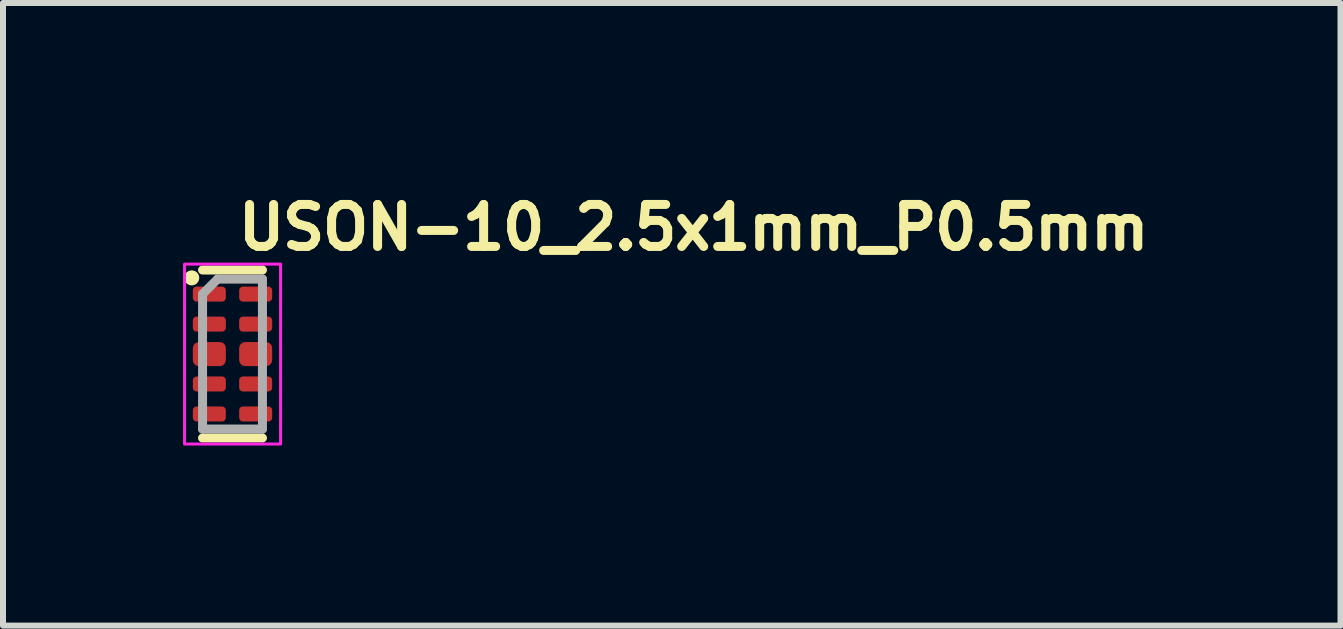
<source format=kicad_pcb>
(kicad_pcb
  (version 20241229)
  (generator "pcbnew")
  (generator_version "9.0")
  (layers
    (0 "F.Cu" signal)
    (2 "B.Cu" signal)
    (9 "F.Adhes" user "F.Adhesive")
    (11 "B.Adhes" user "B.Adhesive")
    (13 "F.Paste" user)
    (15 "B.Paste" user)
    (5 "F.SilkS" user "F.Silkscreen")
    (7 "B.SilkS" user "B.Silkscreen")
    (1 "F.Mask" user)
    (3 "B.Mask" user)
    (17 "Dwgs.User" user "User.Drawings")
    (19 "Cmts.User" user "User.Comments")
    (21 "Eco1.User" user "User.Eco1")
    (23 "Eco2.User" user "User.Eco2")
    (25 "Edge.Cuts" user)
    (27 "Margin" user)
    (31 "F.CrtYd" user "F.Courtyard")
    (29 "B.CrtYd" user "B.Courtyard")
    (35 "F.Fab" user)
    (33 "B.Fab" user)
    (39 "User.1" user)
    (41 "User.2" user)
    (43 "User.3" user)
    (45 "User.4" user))
  (footprint "USON-10_2.5x1mm_P0.5mm"
    (layer "F.Cu")
    (at 0.825 2.85)
    (property "Reference" "USON-10_2.5x1mm_P0.5mm" (at 0.018 -1.7 0) (layer "F.SilkS") (effects (font (size 0.7 0.7) (thickness 0.15)) (justify left bottom)))
    (attr smd)
    (fp_line (start 0.498 -1.401) (end -0.5 -1.401) (stroke (width 0.15) (type solid)) (layer "F.SilkS"))
    (fp_line (start 0.498 1.398) (end -0.5 1.398) (stroke (width 0.15) (type solid)) (layer "F.SilkS"))
    (fp_circle (center -0.68 -1.27) (end -0.63 -1.27) (stroke (width 0.15) (type solid)) (fill yes) (layer "F.SilkS"))
    (fp_rect (start -0.8 -1.5) (end 0.8 1.499) (stroke (width 0.05) (type solid)) (fill no) (layer "F.CrtYd"))
    (fp_line (start -0.5 -1) (end -0.5 1.249) (stroke (width 0.15) (type solid)) (layer "F.Fab"))
    (fp_line (start -0.5 1.249) (end 0.498 1.249) (stroke (width 0.15) (type solid)) (layer "F.Fab"))
    (fp_line (start -0.25 -1.25) (end -0.5 -1) (stroke (width 0.15) (type solid)) (layer "F.Fab"))
    (fp_line (start 0.498 -1.25) (end -0.25 -1.25) (stroke (width 0.15) (type solid)) (layer "F.Fab"))
    (fp_line (start 0.498 -1.25) (end 0.498 1.249) (stroke (width 0.15) (type solid)) (layer "F.Fab"))
    (fp_rect (start -0.5 -1.25) (end 0.498 1.249) (stroke (width 0.1) (type solid)) (fill no) (layer "User.5"))
    (fp_line (start -0.5 -1.25) (end -0.5 1.249) (stroke (width 0.02) (type solid)) (layer "User.9"))
    (fp_line (start -0.5 1.249) (end 0.498 1.249) (stroke (width 0.02) (type solid)) (layer "User.9"))
    (fp_line (start -0.422 -1.063) (end -0.421 -1.069) (stroke (width 0.02) (type solid)) (layer "User.9"))
    (fp_line (start -0.422 -1.063) (end -0.421 -1.069) (stroke (width 0.02) (type solid)) (layer "User.9"))
    (fp_line (start -0.422 -1.055) (end -0.422 -1.063) (stroke (width 0.02) (type solid)) (layer "User.9"))
    (fp_line (start -0.422 -1.055) (end -0.422 -1.063) (stroke (width 0.02) (type solid)) (layer "User.9"))
    (fp_line (start -0.422 -1.049) (end -0.422 -1.055) (stroke (width 0.02) (type solid)) (layer "User.9"))
    (fp_line (start -0.422 -1.049) (end -0.422 -1.055) (stroke (width 0.02) (type solid)) (layer "User.9"))
    (fp_line (start -0.422 -1.043) (end -0.422 -1.049) (stroke (width 0.02) (type solid)) (layer "User.9"))
    (fp_line (start -0.422 -1.043) (end -0.422 -1.049) (stroke (width 0.02) (type solid)) (layer "User.9"))
    (fp_line (start -0.422 -1.037) (end -0.422 -1.043) (stroke (width 0.02) (type solid)) (layer "User.9"))
    (fp_line (start -0.422 -1.037) (end -0.422 -1.043) (stroke (width 0.02) (type solid)) (layer "User.9"))
    (fp_line (start -0.421 -1.069) (end -0.419 -1.075) (stroke (width 0.02) (type solid)) (layer "User.9"))
    (fp_line (start -0.421 -1.069) (end -0.419 -1.075) (stroke (width 0.02) (type solid)) (layer "User.9"))
    (fp_line (start -0.421 -1.031) (end -0.422 -1.037) (stroke (width 0.02) (type solid)) (layer "User.9"))
    (fp_line (start -0.421 -1.031) (end -0.422 -1.037) (stroke (width 0.02) (type solid)) (layer "User.9"))
    (fp_line (start -0.419 -1.075) (end -0.417 -1.081) (stroke (width 0.02) (type solid)) (layer "User.9"))
    (fp_line (start -0.419 -1.075) (end -0.417 -1.081) (stroke (width 0.02) (type solid)) (layer "User.9"))
    (fp_line (start -0.419 -1.024) (end -0.421 -1.031) (stroke (width 0.02) (type solid)) (layer "User.9"))
    (fp_line (start -0.419 -1.024) (end -0.421 -1.031) (stroke (width 0.02) (type solid)) (layer "User.9"))
    (fp_line (start -0.417 -1.081) (end -0.416 -1.087) (stroke (width 0.02) (type solid)) (layer "User.9"))
    (fp_line (start -0.417 -1.081) (end -0.416 -1.087) (stroke (width 0.02) (type solid)) (layer "User.9"))
    (fp_line (start -0.417 -1.018) (end -0.419 -1.024) (stroke (width 0.02) (type solid)) (layer "User.9"))
    (fp_line (start -0.417 -1.018) (end -0.419 -1.024) (stroke (width 0.02) (type solid)) (layer "User.9"))
    (fp_line (start -0.416 -1.087) (end -0.413 -1.093) (stroke (width 0.02) (type solid)) (layer "User.9"))
    (fp_line (start -0.416 -1.087) (end -0.413 -1.093) (stroke (width 0.02) (type solid)) (layer "User.9"))
    (fp_line (start -0.416 -1.012) (end -0.417 -1.018) (stroke (width 0.02) (type solid)) (layer "User.9"))
    (fp_line (start -0.416 -1.012) (end -0.417 -1.018) (stroke (width 0.02) (type solid)) (layer "User.9"))
    (fp_line (start -0.413 -1.093) (end -0.41 -1.099) (stroke (width 0.02) (type solid)) (layer "User.9"))
    (fp_line (start -0.413 -1.093) (end -0.41 -1.099) (stroke (width 0.02) (type solid)) (layer "User.9"))
    (fp_line (start -0.413 -1.006) (end -0.416 -1.012) (stroke (width 0.02) (type solid)) (layer "User.9"))
    (fp_line (start -0.413 -1.006) (end -0.416 -1.012) (stroke (width 0.02) (type solid)) (layer "User.9"))
    (fp_line (start -0.41 -1.099) (end -0.41 -1.099) (stroke (width 0.02) (type solid)) (layer "User.9"))
    (fp_line (start -0.41 -1.099) (end -0.41 -1.099) (stroke (width 0.02) (type solid)) (layer "User.9"))
    (fp_line (start -0.41 -1.099) (end -0.408 -1.103) (stroke (width 0.02) (type solid)) (layer "User.9"))
    (fp_line (start -0.41 -1.099) (end -0.408 -1.103) (stroke (width 0.02) (type solid)) (layer "User.9"))
    (fp_line (start -0.41 -0.999) (end -0.413 -1.006) (stroke (width 0.02) (type solid)) (layer "User.9"))
    (fp_line (start -0.41 -0.999) (end -0.413 -1.006) (stroke (width 0.02) (type solid)) (layer "User.9"))
    (fp_line (start -0.41 -0.999) (end -0.41 -0.999) (stroke (width 0.02) (type solid)) (layer "User.9"))
    (fp_line (start -0.41 -0.999) (end -0.41 -0.999) (stroke (width 0.02) (type solid)) (layer "User.9"))
    (fp_line (start -0.408 -1.103) (end -0.407 -1.105) (stroke (width 0.02) (type solid)) (layer "User.9"))
    (fp_line (start -0.408 -1.103) (end -0.407 -1.105) (stroke (width 0.02) (type solid)) (layer "User.9"))
    (fp_line (start -0.407 -1.105) (end -0.405 -1.107) (stroke (width 0.02) (type solid)) (layer "User.9"))
    (fp_line (start -0.407 -1.105) (end -0.405 -1.107) (stroke (width 0.02) (type solid)) (layer "User.9"))
    (fp_line (start -0.407 -0.993) (end -0.41 -0.999) (stroke (width 0.02) (type solid)) (layer "User.9"))
    (fp_line (start -0.407 -0.993) (end -0.41 -0.999) (stroke (width 0.02) (type solid)) (layer "User.9"))
    (fp_line (start -0.405 -1.107) (end -0.403 -1.111) (stroke (width 0.02) (type solid)) (layer "User.9"))
    (fp_line (start -0.405 -1.107) (end -0.403 -1.111) (stroke (width 0.02) (type solid)) (layer "User.9"))
    (fp_line (start -0.403 -1.111) (end -0.401 -1.113) (stroke (width 0.02) (type solid)) (layer "User.9"))
    (fp_line (start -0.403 -1.111) (end -0.401 -1.113) (stroke (width 0.02) (type solid)) (layer "User.9"))
    (fp_line (start -0.403 -0.988) (end -0.407 -0.993) (stroke (width 0.02) (type solid)) (layer "User.9"))
    (fp_line (start -0.403 -0.988) (end -0.407 -0.993) (stroke (width 0.02) (type solid)) (layer "User.9"))
    (fp_line (start -0.401 -1.113) (end -0.399 -1.115) (stroke (width 0.02) (type solid)) (layer "User.9"))
    (fp_line (start -0.401 -1.113) (end -0.399 -1.115) (stroke (width 0.02) (type solid)) (layer "User.9"))
    (fp_line (start -0.399 -1.115) (end -0.396 -1.117) (stroke (width 0.02) (type solid)) (layer "User.9"))
    (fp_line (start -0.399 -1.115) (end -0.396 -1.117) (stroke (width 0.02) (type solid)) (layer "User.9"))
    (fp_line (start -0.399 -0.983) (end -0.403 -0.988) (stroke (width 0.02) (type solid)) (layer "User.9"))
    (fp_line (start -0.399 -0.983) (end -0.403 -0.988) (stroke (width 0.02) (type solid)) (layer "User.9"))
    (fp_line (start -0.396 -1.117) (end -0.394 -1.119) (stroke (width 0.02) (type solid)) (layer "User.9"))
    (fp_line (start -0.396 -1.117) (end -0.394 -1.119) (stroke (width 0.02) (type solid)) (layer "User.9"))
    (fp_line (start -0.394 -1.119) (end -0.392 -1.123) (stroke (width 0.02) (type solid)) (layer "User.9"))
    (fp_line (start -0.394 -1.119) (end -0.392 -1.123) (stroke (width 0.02) (type solid)) (layer "User.9"))
    (fp_line (start -0.394 -0.978) (end -0.399 -0.983) (stroke (width 0.02) (type solid)) (layer "User.9"))
    (fp_line (start -0.394 -0.978) (end -0.399 -0.983) (stroke (width 0.02) (type solid)) (layer "User.9"))
    (fp_line (start -0.392 -1.123) (end -0.389 -1.125) (stroke (width 0.02) (type solid)) (layer "User.9"))
    (fp_line (start -0.392 -1.123) (end -0.389 -1.125) (stroke (width 0.02) (type solid)) (layer "User.9"))
    (fp_line (start -0.389 -1.125) (end -0.387 -1.127) (stroke (width 0.02) (type solid)) (layer "User.9"))
    (fp_line (start -0.389 -1.125) (end -0.387 -1.127) (stroke (width 0.02) (type solid)) (layer "User.9"))
    (fp_line (start -0.389 -0.974) (end -0.394 -0.978) (stroke (width 0.02) (type solid)) (layer "User.9"))
    (fp_line (start -0.389 -0.974) (end -0.394 -0.978) (stroke (width 0.02) (type solid)) (layer "User.9"))
    (fp_line (start -0.387 -1.127) (end -0.383 -1.129) (stroke (width 0.02) (type solid)) (layer "User.9"))
    (fp_line (start -0.387 -1.127) (end -0.383 -1.129) (stroke (width 0.02) (type solid)) (layer "User.9"))
    (fp_line (start -0.383 -1.129) (end -0.381 -1.131) (stroke (width 0.02) (type solid)) (layer "User.9"))
    (fp_line (start -0.383 -1.129) (end -0.381 -1.131) (stroke (width 0.02) (type solid)) (layer "User.9"))
    (fp_line (start -0.383 -0.97) (end -0.389 -0.974) (stroke (width 0.02) (type solid)) (layer "User.9"))
    (fp_line (start -0.383 -0.97) (end -0.389 -0.974) (stroke (width 0.02) (type solid)) (layer "User.9"))
    (fp_line (start -0.381 -1.131) (end -0.378 -1.133) (stroke (width 0.02) (type solid)) (layer "User.9"))
    (fp_line (start -0.381 -1.131) (end -0.378 -1.133) (stroke (width 0.02) (type solid)) (layer "User.9"))
    (fp_line (start -0.378 -1.133) (end -0.375 -1.133) (stroke (width 0.02) (type solid)) (layer "User.9"))
    (fp_line (start -0.378 -1.133) (end -0.375 -1.133) (stroke (width 0.02) (type solid)) (layer "User.9"))
    (fp_line (start -0.378 -0.966) (end -0.383 -0.97) (stroke (width 0.02) (type solid)) (layer "User.9"))
    (fp_line (start -0.378 -0.966) (end -0.383 -0.97) (stroke (width 0.02) (type solid)) (layer "User.9"))
    (fp_line (start -0.375 -1.133) (end -0.373 -1.135) (stroke (width 0.02) (type solid)) (layer "User.9"))
    (fp_line (start -0.375 -1.133) (end -0.373 -1.135) (stroke (width 0.02) (type solid)) (layer "User.9"))
    (fp_line (start -0.373 -1.135) (end -0.37 -1.137) (stroke (width 0.02) (type solid)) (layer "User.9"))
    (fp_line (start -0.373 -1.135) (end -0.37 -1.137) (stroke (width 0.02) (type solid)) (layer "User.9"))
    (fp_line (start -0.373 -0.963) (end -0.378 -0.966) (stroke (width 0.02) (type solid)) (layer "User.9"))
    (fp_line (start -0.373 -0.963) (end -0.378 -0.966) (stroke (width 0.02) (type solid)) (layer "User.9"))
    (fp_line (start -0.37 -1.137) (end -0.367 -1.139) (stroke (width 0.02) (type solid)) (layer "User.9"))
    (fp_line (start -0.37 -1.137) (end -0.367 -1.139) (stroke (width 0.02) (type solid)) (layer "User.9"))
    (fp_line (start -0.367 -1.139) (end -0.364 -1.141) (stroke (width 0.02) (type solid)) (layer "User.9"))
    (fp_line (start -0.367 -1.139) (end -0.364 -1.141) (stroke (width 0.02) (type solid)) (layer "User.9"))
    (fp_line (start -0.367 -0.96) (end -0.373 -0.963) (stroke (width 0.02) (type solid)) (layer "User.9"))
    (fp_line (start -0.367 -0.96) (end -0.373 -0.963) (stroke (width 0.02) (type solid)) (layer "User.9"))
    (fp_line (start -0.364 -1.141) (end -0.361 -1.141) (stroke (width 0.02) (type solid)) (layer "User.9"))
    (fp_line (start -0.364 -1.141) (end -0.361 -1.141) (stroke (width 0.02) (type solid)) (layer "User.9"))
    (fp_line (start -0.361 -1.141) (end -0.358 -1.143) (stroke (width 0.02) (type solid)) (layer "User.9"))
    (fp_line (start -0.361 -1.141) (end -0.358 -1.143) (stroke (width 0.02) (type solid)) (layer "User.9"))
    (fp_line (start -0.361 -0.958) (end -0.367 -0.96) (stroke (width 0.02) (type solid)) (layer "User.9"))
    (fp_line (start -0.361 -0.958) (end -0.367 -0.96) (stroke (width 0.02) (type solid)) (layer "User.9"))
    (fp_line (start -0.358 -1.143) (end -0.355 -1.143) (stroke (width 0.02) (type solid)) (layer "User.9"))
    (fp_line (start -0.358 -1.143) (end -0.355 -1.143) (stroke (width 0.02) (type solid)) (layer "User.9"))
    (fp_line (start -0.355 -1.143) (end -0.352 -1.145) (stroke (width 0.02) (type solid)) (layer "User.9"))
    (fp_line (start -0.355 -1.143) (end -0.352 -1.145) (stroke (width 0.02) (type solid)) (layer "User.9"))
    (fp_line (start -0.355 -0.956) (end -0.361 -0.958) (stroke (width 0.02) (type solid)) (layer "User.9"))
    (fp_line (start -0.355 -0.956) (end -0.361 -0.958) (stroke (width 0.02) (type solid)) (layer "User.9"))
    (fp_line (start -0.352 -1.145) (end -0.35 -1.145) (stroke (width 0.02) (type solid)) (layer "User.9"))
    (fp_line (start -0.352 -1.145) (end -0.35 -1.145) (stroke (width 0.02) (type solid)) (layer "User.9"))
    (fp_line (start -0.35 -1.145) (end -0.347 -1.147) (stroke (width 0.02) (type solid)) (layer "User.9"))
    (fp_line (start -0.35 -1.145) (end -0.347 -1.147) (stroke (width 0.02) (type solid)) (layer "User.9"))
    (fp_line (start -0.35 -0.954) (end -0.355 -0.956) (stroke (width 0.02) (type solid)) (layer "User.9"))
    (fp_line (start -0.35 -0.954) (end -0.355 -0.956) (stroke (width 0.02) (type solid)) (layer "User.9"))
    (fp_line (start -0.347 -1.147) (end -0.344 -1.147) (stroke (width 0.02) (type solid)) (layer "User.9"))
    (fp_line (start -0.347 -1.147) (end -0.344 -1.147) (stroke (width 0.02) (type solid)) (layer "User.9"))
    (fp_line (start -0.344 -1.147) (end -0.34 -1.147) (stroke (width 0.02) (type solid)) (layer "User.9"))
    (fp_line (start -0.344 -1.147) (end -0.34 -1.147) (stroke (width 0.02) (type solid)) (layer "User.9"))
    (fp_line (start -0.344 -0.952) (end -0.35 -0.954) (stroke (width 0.02) (type solid)) (layer "User.9"))
    (fp_line (start -0.344 -0.952) (end -0.35 -0.954) (stroke (width 0.02) (type solid)) (layer "User.9"))
    (fp_line (start -0.34 -1.147) (end -0.337 -1.149) (stroke (width 0.02) (type solid)) (layer "User.9"))
    (fp_line (start -0.34 -1.147) (end -0.337 -1.149) (stroke (width 0.02) (type solid)) (layer "User.9"))
    (fp_line (start -0.337 -1.149) (end -0.334 -1.149) (stroke (width 0.02) (type solid)) (layer "User.9"))
    (fp_line (start -0.337 -1.149) (end -0.334 -1.149) (stroke (width 0.02) (type solid)) (layer "User.9"))
    (fp_line (start -0.337 -0.951) (end -0.344 -0.952) (stroke (width 0.02) (type solid)) (layer "User.9"))
    (fp_line (start -0.337 -0.951) (end -0.344 -0.952) (stroke (width 0.02) (type solid)) (layer "User.9"))
    (fp_line (start -0.334 -1.149) (end -0.331 -1.149) (stroke (width 0.02) (type solid)) (layer "User.9"))
    (fp_line (start -0.334 -1.149) (end -0.331 -1.149) (stroke (width 0.02) (type solid)) (layer "User.9"))
    (fp_line (start -0.331 -1.149) (end -0.327 -1.149) (stroke (width 0.02) (type solid)) (layer "User.9"))
    (fp_line (start -0.331 -1.149) (end -0.327 -1.149) (stroke (width 0.02) (type solid)) (layer "User.9"))
    (fp_line (start -0.331 -0.95) (end -0.337 -0.951) (stroke (width 0.02) (type solid)) (layer "User.9"))
    (fp_line (start -0.331 -0.95) (end -0.337 -0.951) (stroke (width 0.02) (type solid)) (layer "User.9"))
    (fp_line (start -0.327 -1.149) (end -0.324 -1.149) (stroke (width 0.02) (type solid)) (layer "User.9"))
    (fp_line (start -0.327 -1.149) (end -0.324 -1.149) (stroke (width 0.02) (type solid)) (layer "User.9"))
    (fp_line (start -0.324 -1.149) (end -0.316 -1.149) (stroke (width 0.02) (type solid)) (layer "User.9"))
    (fp_line (start -0.324 -1.149) (end -0.316 -1.149) (stroke (width 0.02) (type solid)) (layer "User.9"))
    (fp_line (start -0.324 -0.95) (end -0.331 -0.95) (stroke (width 0.02) (type solid)) (layer "User.9"))
    (fp_line (start -0.324 -0.95) (end -0.331 -0.95) (stroke (width 0.02) (type solid)) (layer "User.9"))
    (fp_line (start -0.32 -0.95) (end -0.324 -0.95) (stroke (width 0.02) (type solid)) (layer "User.9"))
    (fp_line (start -0.32 -0.95) (end -0.324 -0.95) (stroke (width 0.02) (type solid)) (layer "User.9"))
    (fp_line (start -0.316 -1.149) (end -0.31 -1.149) (stroke (width 0.02) (type solid)) (layer "User.9"))
    (fp_line (start -0.316 -1.149) (end -0.31 -1.149) (stroke (width 0.02) (type solid)) (layer "User.9"))
    (fp_line (start -0.316 -0.95) (end -0.32 -0.95) (stroke (width 0.02) (type solid)) (layer "User.9"))
    (fp_line (start -0.316 -0.95) (end -0.32 -0.95) (stroke (width 0.02) (type solid)) (layer "User.9"))
    (fp_line (start -0.313 -0.951) (end -0.316 -0.95) (stroke (width 0.02) (type solid)) (layer "User.9"))
    (fp_line (start -0.313 -0.951) (end -0.316 -0.95) (stroke (width 0.02) (type solid)) (layer "User.9"))
    (fp_line (start -0.31 -1.149) (end -0.303 -1.147) (stroke (width 0.02) (type solid)) (layer "User.9"))
    (fp_line (start -0.31 -1.149) (end -0.303 -1.147) (stroke (width 0.02) (type solid)) (layer "User.9"))
    (fp_line (start -0.31 -0.951) (end -0.313 -0.951) (stroke (width 0.02) (type solid)) (layer "User.9"))
    (fp_line (start -0.31 -0.951) (end -0.313 -0.951) (stroke (width 0.02) (type solid)) (layer "User.9"))
    (fp_line (start -0.306 -0.952) (end -0.31 -0.951) (stroke (width 0.02) (type solid)) (layer "User.9"))
    (fp_line (start -0.306 -0.952) (end -0.31 -0.951) (stroke (width 0.02) (type solid)) (layer "User.9"))
    (fp_line (start -0.303 -1.147) (end -0.297 -1.145) (stroke (width 0.02) (type solid)) (layer "User.9"))
    (fp_line (start -0.303 -1.147) (end -0.297 -1.145) (stroke (width 0.02) (type solid)) (layer "User.9"))
    (fp_line (start -0.303 -0.952) (end -0.306 -0.952) (stroke (width 0.02) (type solid)) (layer "User.9"))
    (fp_line (start -0.303 -0.952) (end -0.306 -0.952) (stroke (width 0.02) (type solid)) (layer "User.9"))
    (fp_line (start -0.3 -0.953) (end -0.303 -0.952) (stroke (width 0.02) (type solid)) (layer "User.9"))
    (fp_line (start -0.3 -0.953) (end -0.303 -0.952) (stroke (width 0.02) (type solid)) (layer "User.9"))
    (fp_line (start -0.297 -1.145) (end -0.291 -1.143) (stroke (width 0.02) (type solid)) (layer "User.9"))
    (fp_line (start -0.297 -1.145) (end -0.291 -1.143) (stroke (width 0.02) (type solid)) (layer "User.9"))
    (fp_line (start -0.297 -0.954) (end -0.3 -0.953) (stroke (width 0.02) (type solid)) (layer "User.9"))
    (fp_line (start -0.297 -0.954) (end -0.3 -0.953) (stroke (width 0.02) (type solid)) (layer "User.9"))
    (fp_line (start -0.294 -0.955) (end -0.297 -0.954) (stroke (width 0.02) (type solid)) (layer "User.9"))
    (fp_line (start -0.294 -0.955) (end -0.297 -0.954) (stroke (width 0.02) (type solid)) (layer "User.9"))
    (fp_line (start -0.291 -1.143) (end -0.286 -1.141) (stroke (width 0.02) (type solid)) (layer "User.9"))
    (fp_line (start -0.291 -1.143) (end -0.286 -1.141) (stroke (width 0.02) (type solid)) (layer "User.9"))
    (fp_line (start -0.291 -0.956) (end -0.294 -0.955) (stroke (width 0.02) (type solid)) (layer "User.9"))
    (fp_line (start -0.291 -0.956) (end -0.294 -0.955) (stroke (width 0.02) (type solid)) (layer "User.9"))
    (fp_line (start -0.289 -0.957) (end -0.291 -0.956) (stroke (width 0.02) (type solid)) (layer "User.9"))
    (fp_line (start -0.289 -0.957) (end -0.291 -0.956) (stroke (width 0.02) (type solid)) (layer "User.9"))
    (fp_line (start -0.286 -1.141) (end -0.28 -1.139) (stroke (width 0.02) (type solid)) (layer "User.9"))
    (fp_line (start -0.286 -1.141) (end -0.28 -1.139) (stroke (width 0.02) (type solid)) (layer "User.9"))
    (fp_line (start -0.286 -0.958) (end -0.289 -0.957) (stroke (width 0.02) (type solid)) (layer "User.9"))
    (fp_line (start -0.286 -0.958) (end -0.289 -0.957) (stroke (width 0.02) (type solid)) (layer "User.9"))
    (fp_line (start -0.283 -0.959) (end -0.286 -0.958) (stroke (width 0.02) (type solid)) (layer "User.9"))
    (fp_line (start -0.283 -0.959) (end -0.286 -0.958) (stroke (width 0.02) (type solid)) (layer "User.9"))
    (fp_line (start -0.28 -1.139) (end -0.274 -1.135) (stroke (width 0.02) (type solid)) (layer "User.9"))
    (fp_line (start -0.28 -1.139) (end -0.274 -1.135) (stroke (width 0.02) (type solid)) (layer "User.9"))
    (fp_line (start -0.28 -0.96) (end -0.283 -0.959) (stroke (width 0.02) (type solid)) (layer "User.9"))
    (fp_line (start -0.28 -0.96) (end -0.283 -0.959) (stroke (width 0.02) (type solid)) (layer "User.9"))
    (fp_line (start -0.277 -0.961) (end -0.28 -0.96) (stroke (width 0.02) (type solid)) (layer "User.9"))
    (fp_line (start -0.277 -0.961) (end -0.28 -0.96) (stroke (width 0.02) (type solid)) (layer "User.9"))
    (fp_line (start -0.274 -1.135) (end -0.269 -1.133) (stroke (width 0.02) (type solid)) (layer "User.9"))
    (fp_line (start -0.274 -1.135) (end -0.269 -1.133) (stroke (width 0.02) (type solid)) (layer "User.9"))
    (fp_line (start -0.274 -0.963) (end -0.277 -0.961) (stroke (width 0.02) (type solid)) (layer "User.9"))
    (fp_line (start -0.274 -0.963) (end -0.277 -0.961) (stroke (width 0.02) (type solid)) (layer "User.9"))
    (fp_line (start -0.271 -0.964) (end -0.274 -0.963) (stroke (width 0.02) (type solid)) (layer "User.9"))
    (fp_line (start -0.271 -0.964) (end -0.274 -0.963) (stroke (width 0.02) (type solid)) (layer "User.9"))
    (fp_line (start -0.269 -1.133) (end -0.263 -1.129) (stroke (width 0.02) (type solid)) (layer "User.9"))
    (fp_line (start -0.269 -1.133) (end -0.263 -1.129) (stroke (width 0.02) (type solid)) (layer "User.9"))
    (fp_line (start -0.269 -0.966) (end -0.271 -0.964) (stroke (width 0.02) (type solid)) (layer "User.9"))
    (fp_line (start -0.269 -0.966) (end -0.271 -0.964) (stroke (width 0.02) (type solid)) (layer "User.9"))
    (fp_line (start -0.266 -0.968) (end -0.269 -0.966) (stroke (width 0.02) (type solid)) (layer "User.9"))
    (fp_line (start -0.266 -0.968) (end -0.269 -0.966) (stroke (width 0.02) (type solid)) (layer "User.9"))
    (fp_line (start -0.263 -1.129) (end -0.258 -1.125) (stroke (width 0.02) (type solid)) (layer "User.9"))
    (fp_line (start -0.263 -1.129) (end -0.258 -1.125) (stroke (width 0.02) (type solid)) (layer "User.9"))
    (fp_line (start -0.263 -0.97) (end -0.266 -0.968) (stroke (width 0.02) (type solid)) (layer "User.9"))
    (fp_line (start -0.263 -0.97) (end -0.266 -0.968) (stroke (width 0.02) (type solid)) (layer "User.9"))
    (fp_line (start -0.261 -0.972) (end -0.263 -0.97) (stroke (width 0.02) (type solid)) (layer "User.9"))
    (fp_line (start -0.261 -0.972) (end -0.263 -0.97) (stroke (width 0.02) (type solid)) (layer "User.9"))
    (fp_line (start -0.258 -1.125) (end -0.253 -1.119) (stroke (width 0.02) (type solid)) (layer "User.9"))
    (fp_line (start -0.258 -1.125) (end -0.253 -1.119) (stroke (width 0.02) (type solid)) (layer "User.9"))
    (fp_line (start -0.258 -0.974) (end -0.261 -0.972) (stroke (width 0.02) (type solid)) (layer "User.9"))
    (fp_line (start -0.258 -0.974) (end -0.261 -0.972) (stroke (width 0.02) (type solid)) (layer "User.9"))
    (fp_line (start -0.255 -0.976) (end -0.258 -0.974) (stroke (width 0.02) (type solid)) (layer "User.9"))
    (fp_line (start -0.255 -0.976) (end -0.258 -0.974) (stroke (width 0.02) (type solid)) (layer "User.9"))
    (fp_line (start -0.253 -1.119) (end -0.248 -1.115) (stroke (width 0.02) (type solid)) (layer "User.9"))
    (fp_line (start -0.253 -1.119) (end -0.248 -1.115) (stroke (width 0.02) (type solid)) (layer "User.9"))
    (fp_line (start -0.253 -0.978) (end -0.255 -0.976) (stroke (width 0.02) (type solid)) (layer "User.9"))
    (fp_line (start -0.253 -0.978) (end -0.255 -0.976) (stroke (width 0.02) (type solid)) (layer "User.9"))
    (fp_line (start -0.25 -0.981) (end -0.253 -0.978) (stroke (width 0.02) (type solid)) (layer "User.9"))
    (fp_line (start -0.25 -0.981) (end -0.253 -0.978) (stroke (width 0.02) (type solid)) (layer "User.9"))
    (fp_line (start -0.248 -1.115) (end -0.244 -1.111) (stroke (width 0.02) (type solid)) (layer "User.9"))
    (fp_line (start -0.248 -1.115) (end -0.244 -1.111) (stroke (width 0.02) (type solid)) (layer "User.9"))
    (fp_line (start -0.248 -0.983) (end -0.25 -0.981) (stroke (width 0.02) (type solid)) (layer "User.9"))
    (fp_line (start -0.248 -0.983) (end -0.25 -0.981) (stroke (width 0.02) (type solid)) (layer "User.9"))
    (fp_line (start -0.246 -0.986) (end -0.248 -0.983) (stroke (width 0.02) (type solid)) (layer "User.9"))
    (fp_line (start -0.246 -0.986) (end -0.248 -0.983) (stroke (width 0.02) (type solid)) (layer "User.9"))
    (fp_line (start -0.244 -1.111) (end -0.24 -1.105) (stroke (width 0.02) (type solid)) (layer "User.9"))
    (fp_line (start -0.244 -1.111) (end -0.24 -1.105) (stroke (width 0.02) (type solid)) (layer "User.9"))
    (fp_line (start -0.244 -0.988) (end -0.246 -0.986) (stroke (width 0.02) (type solid)) (layer "User.9"))
    (fp_line (start -0.244 -0.988) (end -0.246 -0.986) (stroke (width 0.02) (type solid)) (layer "User.9"))
    (fp_line (start -0.242 -0.991) (end -0.244 -0.988) (stroke (width 0.02) (type solid)) (layer "User.9"))
    (fp_line (start -0.242 -0.991) (end -0.244 -0.988) (stroke (width 0.02) (type solid)) (layer "User.9"))
    (fp_line (start -0.24 -1.105) (end -0.238 -1.099) (stroke (width 0.02) (type solid)) (layer "User.9"))
    (fp_line (start -0.24 -1.105) (end -0.238 -1.099) (stroke (width 0.02) (type solid)) (layer "User.9"))
    (fp_line (start -0.24 -0.993) (end -0.242 -0.991) (stroke (width 0.02) (type solid)) (layer "User.9"))
    (fp_line (start -0.24 -0.993) (end -0.242 -0.991) (stroke (width 0.02) (type solid)) (layer "User.9"))
    (fp_line (start -0.239 -0.996) (end -0.24 -0.993) (stroke (width 0.02) (type solid)) (layer "User.9"))
    (fp_line (start -0.239 -0.996) (end -0.24 -0.993) (stroke (width 0.02) (type solid)) (layer "User.9"))
    (fp_line (start -0.238 -1.099) (end -0.238 -1.099) (stroke (width 0.02) (type solid)) (layer "User.9"))
    (fp_line (start -0.238 -1.099) (end -0.238 -1.099) (stroke (width 0.02) (type solid)) (layer "User.9"))
    (fp_line (start -0.238 -1.099) (end -0.234 -1.093) (stroke (width 0.02) (type solid)) (layer "User.9"))
    (fp_line (start -0.238 -1.099) (end -0.234 -1.093) (stroke (width 0.02) (type solid)) (layer "User.9"))
    (fp_line (start -0.238 -0.999) (end -0.239 -0.996) (stroke (width 0.02) (type solid)) (layer "User.9"))
    (fp_line (start -0.238 -0.999) (end -0.239 -0.996) (stroke (width 0.02) (type solid)) (layer "User.9"))
    (fp_line (start -0.238 -0.999) (end -0.238 -0.999) (stroke (width 0.02) (type solid)) (layer "User.9"))
    (fp_line (start -0.238 -0.999) (end -0.238 -0.999) (stroke (width 0.02) (type solid)) (layer "User.9"))
    (fp_line (start -0.234 -1.093) (end -0.232 -1.087) (stroke (width 0.02) (type solid)) (layer "User.9"))
    (fp_line (start -0.234 -1.093) (end -0.232 -1.087) (stroke (width 0.02) (type solid)) (layer "User.9"))
    (fp_line (start -0.234 -1.006) (end -0.238 -0.999) (stroke (width 0.02) (type solid)) (layer "User.9"))
    (fp_line (start -0.234 -1.006) (end -0.238 -0.999) (stroke (width 0.02) (type solid)) (layer "User.9"))
    (fp_line (start -0.232 -1.087) (end -0.229 -1.081) (stroke (width 0.02) (type solid)) (layer "User.9"))
    (fp_line (start -0.232 -1.087) (end -0.229 -1.081) (stroke (width 0.02) (type solid)) (layer "User.9"))
    (fp_line (start -0.232 -1.012) (end -0.234 -1.006) (stroke (width 0.02) (type solid)) (layer "User.9"))
    (fp_line (start -0.232 -1.012) (end -0.234 -1.006) (stroke (width 0.02) (type solid)) (layer "User.9"))
    (fp_line (start -0.229 -1.081) (end -0.228 -1.075) (stroke (width 0.02) (type solid)) (layer "User.9"))
    (fp_line (start -0.229 -1.081) (end -0.228 -1.075) (stroke (width 0.02) (type solid)) (layer "User.9"))
    (fp_line (start -0.229 -1.018) (end -0.232 -1.012) (stroke (width 0.02) (type solid)) (layer "User.9"))
    (fp_line (start -0.229 -1.018) (end -0.232 -1.012) (stroke (width 0.02) (type solid)) (layer "User.9"))
    (fp_line (start -0.228 -1.075) (end -0.226 -1.069) (stroke (width 0.02) (type solid)) (layer "User.9"))
    (fp_line (start -0.228 -1.075) (end -0.226 -1.069) (stroke (width 0.02) (type solid)) (layer "User.9"))
    (fp_line (start -0.228 -1.024) (end -0.229 -1.018) (stroke (width 0.02) (type solid)) (layer "User.9"))
    (fp_line (start -0.228 -1.024) (end -0.229 -1.018) (stroke (width 0.02) (type solid)) (layer "User.9"))
    (fp_line (start -0.226 -1.069) (end -0.224 -1.063) (stroke (width 0.02) (type solid)) (layer "User.9"))
    (fp_line (start -0.226 -1.069) (end -0.224 -1.063) (stroke (width 0.02) (type solid)) (layer "User.9"))
    (fp_line (start -0.226 -1.031) (end -0.228 -1.024) (stroke (width 0.02) (type solid)) (layer "User.9"))
    (fp_line (start -0.226 -1.031) (end -0.228 -1.024) (stroke (width 0.02) (type solid)) (layer "User.9"))
    (fp_line (start -0.224 -1.063) (end -0.223 -1.055) (stroke (width 0.02) (type solid)) (layer "User.9"))
    (fp_line (start -0.224 -1.063) (end -0.223 -1.055) (stroke (width 0.02) (type solid)) (layer "User.9"))
    (fp_line (start -0.224 -1.037) (end -0.226 -1.031) (stroke (width 0.02) (type solid)) (layer "User.9"))
    (fp_line (start -0.224 -1.037) (end -0.226 -1.031) (stroke (width 0.02) (type solid)) (layer "User.9"))
    (fp_line (start -0.223 -1.055) (end -0.223 -1.049) (stroke (width 0.02) (type solid)) (layer "User.9"))
    (fp_line (start -0.223 -1.055) (end -0.223 -1.049) (stroke (width 0.02) (type solid)) (layer "User.9"))
    (fp_line (start -0.223 -1.049) (end -0.223 -1.043) (stroke (width 0.02) (type solid)) (layer "User.9"))
    (fp_line (start -0.223 -1.049) (end -0.223 -1.043) (stroke (width 0.02) (type solid)) (layer "User.9"))
    (fp_line (start -0.223 -1.043) (end -0.224 -1.037) (stroke (width 0.02) (type solid)) (layer "User.9"))
    (fp_line (start -0.223 -1.043) (end -0.224 -1.037) (stroke (width 0.02) (type solid)) (layer "User.9"))
    (fp_line (start 0.498 -1.25) (end -0.5 -1.25) (stroke (width 0.02) (type solid)) (layer "User.9"))
    (fp_line (start 0.498 1.249) (end 0.498 -1.25) (stroke (width 0.02) (type solid)) (layer "User.9"))
    (pad "1" smd roundrect (at -0.387 -1 270) (size 0.25 0.55) (layers "F.Cu" "F.Mask" "F.Paste") (roundrect_rratio 0.25))
    (pad "2" smd roundrect (at -0.387 -0.5 270) (size 0.25 0.55) (layers "F.Cu" "F.Mask" "F.Paste") (roundrect_rratio 0.25))
    (pad "3" smd roundrect (at -0.387 0 270) (size 0.4 0.55) (layers "F.Cu" "F.Mask" "F.Paste") (roundrect_rratio 0.25))
    (pad "4" smd roundrect (at -0.387 0.498 270) (size 0.25 0.55) (layers "F.Cu" "F.Mask" "F.Paste") (roundrect_rratio 0.25))
    (pad "5" smd roundrect (at -0.387 0.998 270) (size 0.25 0.55) (layers "F.Cu" "F.Mask" "F.Paste") (roundrect_rratio 0.25))
    (pad "6" smd roundrect (at 0.385 0.998 270) (size 0.25 0.55) (layers "F.Cu" "F.Mask" "F.Paste") (roundrect_rratio 0.25))
    (pad "7" smd roundrect (at 0.385 0.498 270) (size 0.25 0.55) (layers "F.Cu" "F.Mask" "F.Paste") (roundrect_rratio 0.25))
    (pad "8" smd roundrect (at 0.385 0 270) (size 0.4 0.55) (layers "F.Cu" "F.Mask" "F.Paste") (roundrect_rratio 0.25))
    (pad "9" smd roundrect (at 0.385 -0.5 270) (size 0.25 0.55) (layers "F.Cu" "F.Mask" "F.Paste") (roundrect_rratio 0.25))
    (pad "10" smd roundrect (at 0.385 -1 270) (size 0.25 0.55) (layers "F.Cu" "F.Mask" "F.Paste") (roundrect_rratio 0.25)))
  (gr_rect
    (start -3 -3)
    (end 19.286 7.374)
    (stroke (width 0.1) (type default))
    (fill no)
    (layer "Edge.Cuts")))
</source>
